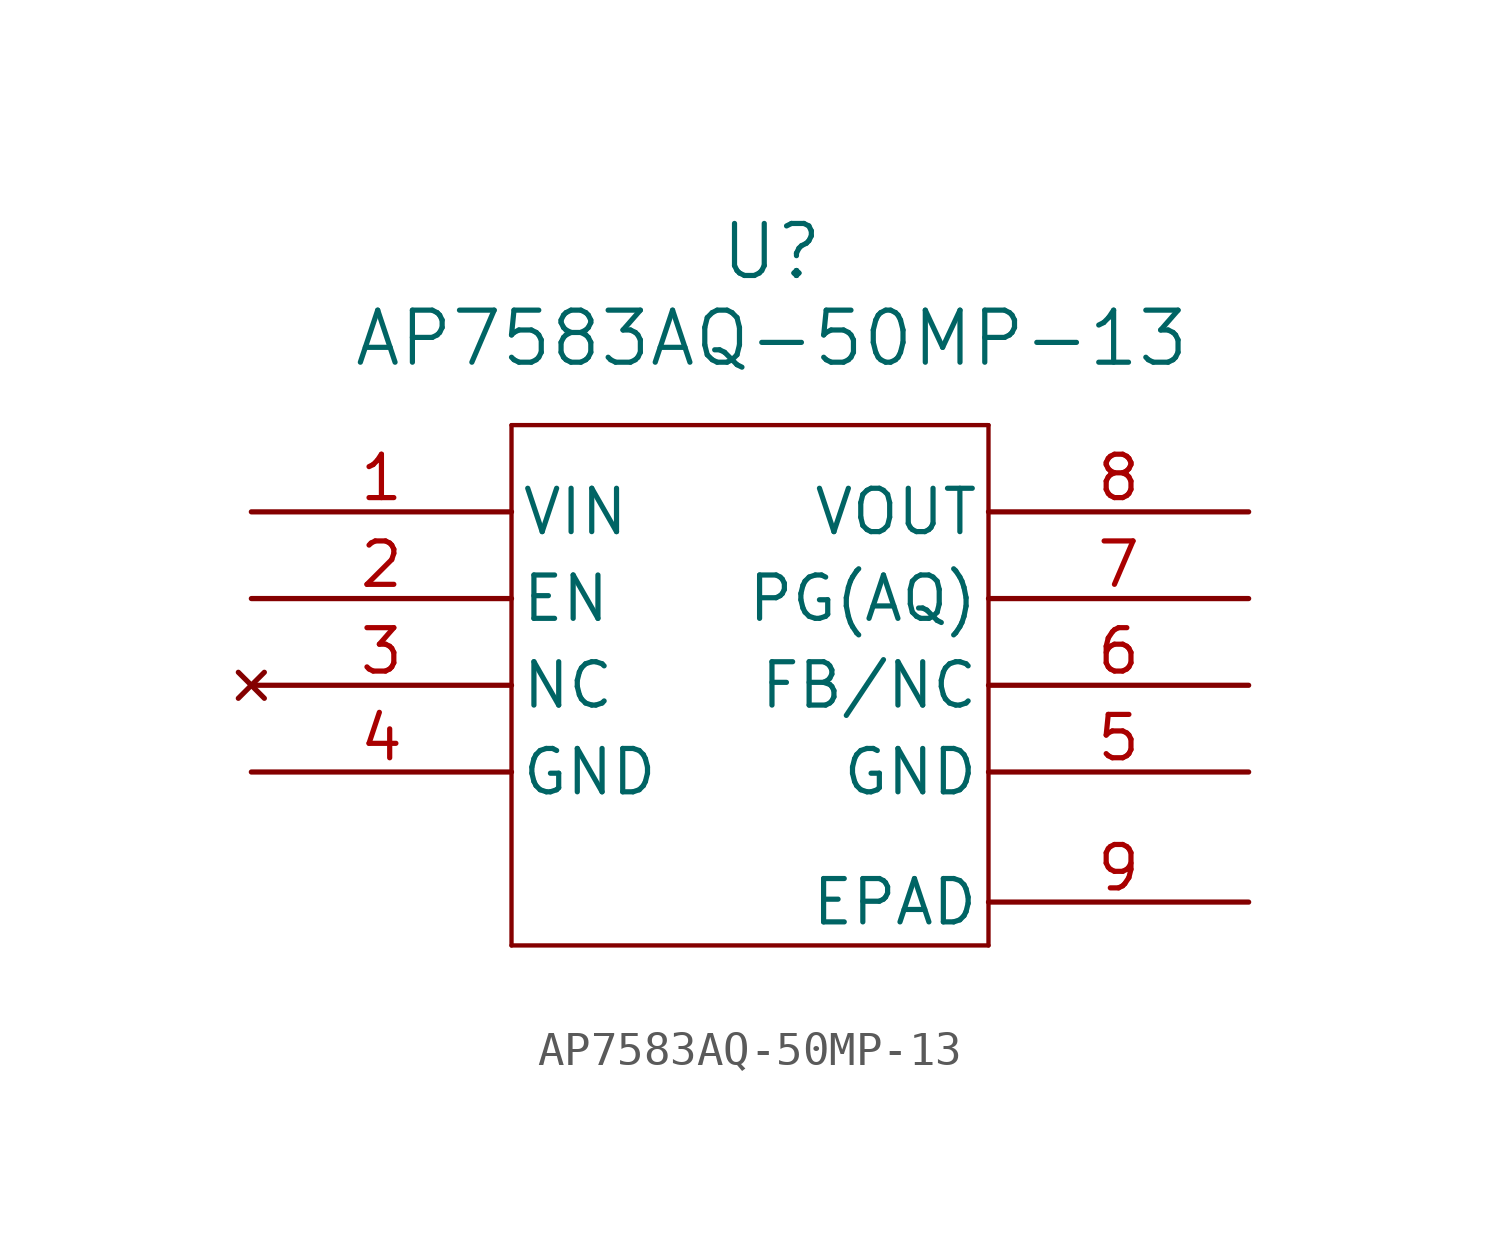
<source format=kicad_sym>
(kicad_symbol_lib
  (version 20220914)
  (generator kicad_symbol_editor)
  (symbol "AP7583AQ-50MP-13"
    (pin_names
      (offset 0.254))
    (property "Reference" "U"
      (at 15.24 10.16 0)
      (effects (font (size 1.524 1.524))))
    (property "Value" "AP7583AQ-50MP-13"
      (at 15.24 7.62 0)
      (effects (font (size 1.524 1.524))))
    (symbol "AP7583AQ-50MP-13_0_1"
      (polyline (pts (xy 7.62 -10.16) (xy 21.59 -10.16)) (stroke (width 0.127) (type default)) (fill (type none)))
      (polyline (pts (xy 7.62 5.08) (xy 7.62 -10.16)) (stroke (width 0.127) (type default)) (fill (type none)))
      (polyline (pts (xy 21.59 -10.16) (xy 21.59 5.08)) (stroke (width 0.127) (type default)) (fill (type none)))
      (polyline (pts (xy 21.59 5.08) (xy 7.62 5.08)) (stroke (width 0.127) (type default)) (fill (type none)))
      (pin input line (at 0 2.54 0) (length 7.62) (name "VIN" (effects (font (size 1.27 1.27)))) (number "1" (effects (font (size 1.27 1.27)))))
      (pin input line (at 0 0 0) (length 7.62) (name "EN" (effects (font (size 1.27 1.27)))) (number "2" (effects (font (size 1.27 1.27)))))
      (pin no_connect line (at 0 -2.54 0) (length 7.62) (name "NC" (effects (font (size 1.27 1.27)))) (number "3" (effects (font (size 1.27 1.27)))))
      (pin power_out line (at 0 -5.08 0) (length 7.62) (name "GND" (effects (font (size 1.27 1.27)))) (number "4" (effects (font (size 1.27 1.27)))))
      (pin power_out line (at 29.21 -5.08 180) (length 7.62) (name "GND" (effects (font (size 1.27 1.27)))) (number "5" (effects (font (size 1.27 1.27)))))
      (pin unspecified line (at 29.21 -2.54 180) (length 7.62) (name "FB/NC" (effects (font (size 1.27 1.27)))) (number "6" (effects (font (size 1.27 1.27)))))
      (pin unspecified line (at 29.21 0 180) (length 7.62) (name "PG(AQ)" (effects (font (size 1.27 1.27)))) (number "7" (effects (font (size 1.27 1.27)))))
      (pin output line (at 29.21 2.54 180) (length 7.62) (name "VOUT" (effects (font (size 1.27 1.27)))) (number "8" (effects (font (size 1.27 1.27)))))
      (pin power_out line (at 29.21 -8.89 180) (length 7.62) (name "EPAD" (effects (font (size 1.27 1.27)))) (number "9" (effects (font (size 1.27 1.27))))))))
</source>
